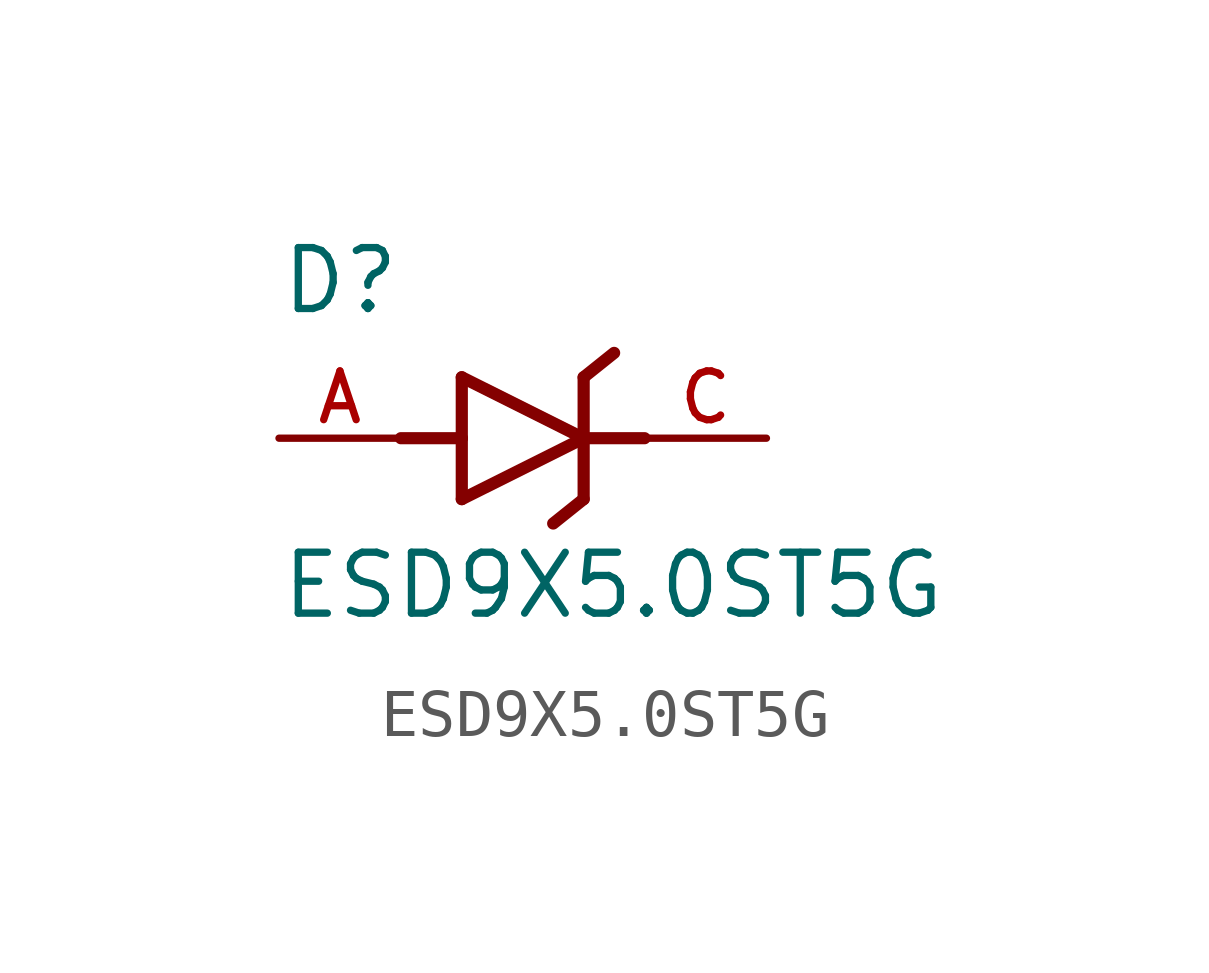
<source format=kicad_sym>
(kicad_symbol_lib
  (version 20211014)
  (generator kicad_symbol_editor)
  (symbol "ESD9X5.0ST5G"
    (pin_names
      (offset 1.016))
    (property "Reference" "D"
      (at -5.08 2.54 0)
      (effects (font (size 1.27 1.27)) (justify bottom left)))
    (property "Value" "ESD9X5.0ST5G"
      (at -5.08 -3.81 0)
      (effects (font (size 1.27 1.27)) (justify bottom left)))
    (symbol "ESD9X5.0ST5G_0_0"
      (polyline (pts (xy -1.27 -1.27) (xy 1.27 0.0)) (stroke (width 0.254)))
      (polyline (pts (xy 1.27 0.0) (xy -1.27 1.27)) (stroke (width 0.254)))
      (polyline (pts (xy 1.905 1.778) (xy 1.27 1.27)) (stroke (width 0.254)))
      (polyline (pts (xy 1.27 1.27) (xy 1.27 0.0)) (stroke (width 0.254)))
      (polyline (pts (xy -1.27 1.27) (xy -1.27 0.0)) (stroke (width 0.254)))
      (polyline (pts (xy -1.27 0.0) (xy -1.27 -1.27)) (stroke (width 0.254)))
      (polyline (pts (xy 1.27 0.0) (xy 1.27 -1.27)) (stroke (width 0.254)))
      (polyline (pts (xy 1.27 -1.27) (xy 0.635 -1.778)) (stroke (width 0.254)))
      (polyline (pts (xy -2.54 0.0) (xy -1.27 0.0)) (stroke (width 0.254)))
      (polyline (pts (xy 2.54 0.0) (xy 1.27 0.0)) (stroke (width 0.254)))
      (pin passive line (at 5.08 0.0 180.0) (length 2.54) (name "~" (effects (font (size 1.016 1.016)))) (number "C" (effects (font (size 1.016 1.016)))))
      (pin passive line (at -5.08 0.0 0) (length 2.54) (name "~" (effects (font (size 1.016 1.016)))) (number "A" (effects (font (size 1.016 1.016))))))))
</source>
